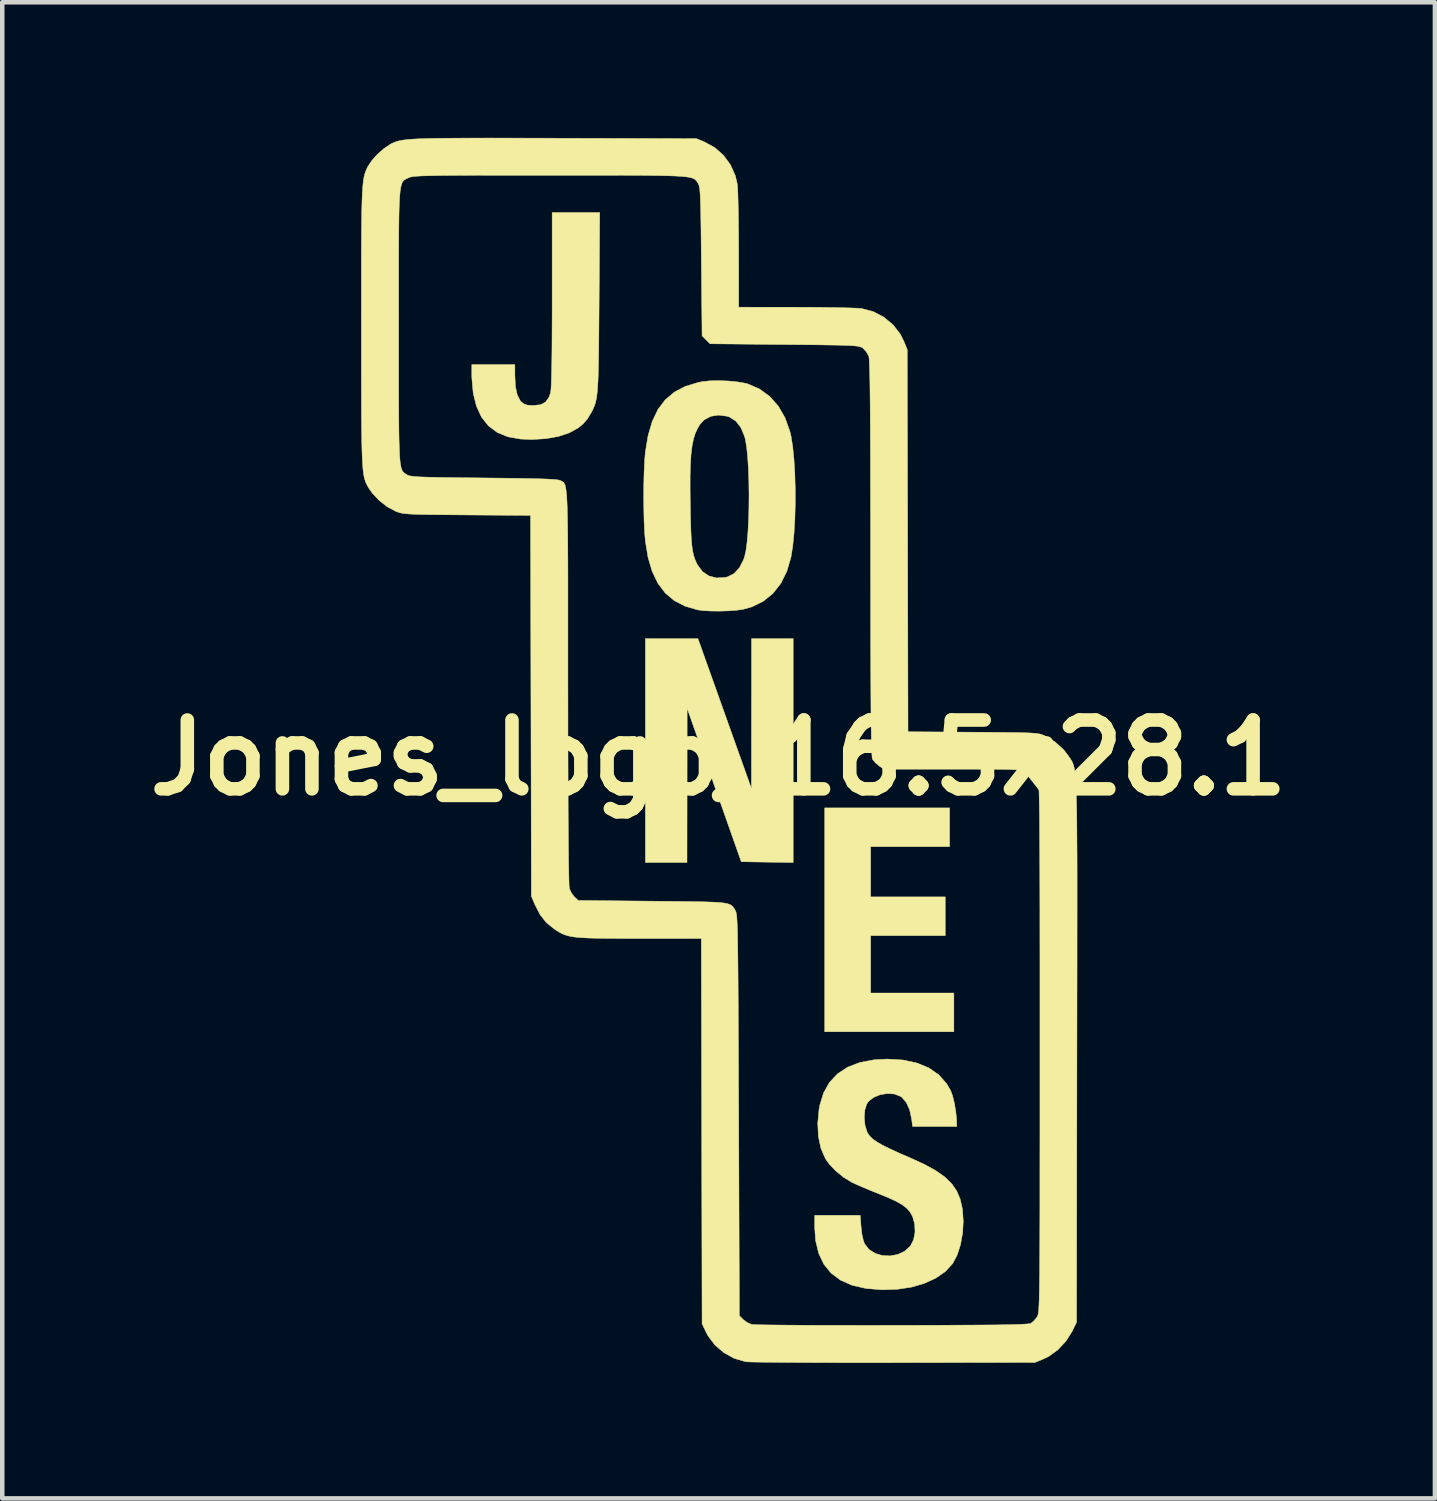
<source format=kicad_pcb>
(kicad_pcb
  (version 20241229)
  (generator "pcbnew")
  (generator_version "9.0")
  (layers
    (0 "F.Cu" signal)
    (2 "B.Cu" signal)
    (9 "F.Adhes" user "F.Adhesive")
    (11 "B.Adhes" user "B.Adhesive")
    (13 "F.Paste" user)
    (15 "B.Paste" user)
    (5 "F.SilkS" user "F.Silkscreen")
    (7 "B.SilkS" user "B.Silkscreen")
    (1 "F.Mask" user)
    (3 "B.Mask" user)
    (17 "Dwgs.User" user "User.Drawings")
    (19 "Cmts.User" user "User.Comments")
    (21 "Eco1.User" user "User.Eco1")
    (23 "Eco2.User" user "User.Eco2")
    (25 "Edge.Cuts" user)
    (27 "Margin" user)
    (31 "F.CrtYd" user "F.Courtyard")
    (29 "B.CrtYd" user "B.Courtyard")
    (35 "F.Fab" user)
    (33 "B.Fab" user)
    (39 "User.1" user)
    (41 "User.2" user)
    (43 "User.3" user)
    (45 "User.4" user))
  (footprint "Jones_logo_16.5x28.1"
    (layer "F.Cu")
    (at 12.852 13.718)
    (property "Reference" "Jones_logo_16.5x28.1" (at 0 0 0) (layer "F.SilkS") (effects (font (size 1.524 1.524) (thickness 0.3))))
    (attr through_hole)
    (fp_poly (pts (xy 5.112 1.968) (xy 3.365 1.968) (xy 3.365 3.08) (xy 5.016 3.08) (xy 5.016 3.937) (xy 3.365 3.937) (xy 3.365 5.207) (xy 5.207 5.207) (xy 5.207 6.064) (xy 2.349 6.064) (xy 2.349 1.111) (xy 5.112 1.111) (xy 5.112 1.968)) (stroke (width 0.01) (type solid)) (fill yes) (layer "F.SilkS"))
    (fp_poly (pts (xy 0.135 -0.976) (xy 0.727 0.683) (xy 0.729 -0.976) (xy 0.73 -2.635) (xy 1.651 -2.635) (xy 1.651 2.319) (xy 1.076 2.311) (xy 0.502 2.302) (xy -0.696 -1.095) (xy -0.697 0.611) (xy -0.699 2.318) (xy -1.619 2.318) (xy -1.619 -2.635) (xy -0.457 -2.635) (xy 0.135 -0.976)) (stroke (width 0.01) (type solid)) (fill yes) (layer "F.SilkS"))
    (fp_poly (pts (xy -2.644 -10.089) (xy -2.647 -9.666) (xy -2.65 -9.302) (xy -2.653 -8.991) (xy -2.657 -8.729) (xy -2.662 -8.509) (xy -2.669 -8.328) (xy -2.678 -8.179) (xy -2.689 -8.058) (xy -2.702 -7.96) (xy -2.719 -7.88) (xy -2.738 -7.812) (xy -2.762 -7.751) (xy -2.789 -7.693) (xy -2.819 -7.636) (xy -2.907 -7.492) (xy -3.004 -7.382) (xy -3.111 -7.296) (xy -3.305 -7.189) (xy -3.546 -7.109) (xy -3.824 -7.06) (xy -4.129 -7.042) (xy -4.384 -7.052) (xy -4.661 -7.101) (xy -4.897 -7.197) (xy -5.092 -7.343) (xy -5.246 -7.536) (xy -5.358 -7.778) (xy -5.43 -8.068) (xy -5.46 -8.406) (xy -5.461 -8.485) (xy -5.461 -8.7) (xy -4.508 -8.7) (xy -4.508 -8.46) (xy -4.496 -8.219) (xy -4.457 -8.035) (xy -4.393 -7.906) (xy -4.36 -7.869) (xy -4.299 -7.824) (xy -4.223 -7.801) (xy -4.11 -7.795) (xy -4.096 -7.795) (xy -3.94 -7.812) (xy -3.829 -7.87) (xy -3.754 -7.974) (xy -3.718 -8.081) (xy -3.709 -8.148) (xy -3.702 -8.276) (xy -3.696 -8.465) (xy -3.691 -8.715) (xy -3.687 -9.028) (xy -3.685 -9.403) (xy -3.683 -9.841) (xy -3.683 -10.142) (xy -3.683 -12.065) (xy -2.631 -12.065) (xy -2.644 -10.089)) (stroke (width 0.01) (type solid)) (fill yes) (layer "F.SilkS"))
    (fp_poly (pts (xy 0.223 -8.336) (xy 0.425 -8.316) (xy 0.595 -8.286) (xy 0.648 -8.272) (xy 0.907 -8.159) (xy 1.132 -7.995) (xy 1.321 -7.782) (xy 1.47 -7.524) (xy 1.577 -7.225) (xy 1.603 -7.117) (xy 1.64 -6.886) (xy 1.668 -6.607) (xy 1.687 -6.292) (xy 1.697 -5.956) (xy 1.697 -5.614) (xy 1.688 -5.278) (xy 1.669 -4.962) (xy 1.641 -4.681) (xy 1.604 -4.448) (xy 1.603 -4.44) (xy 1.511 -4.126) (xy 1.377 -3.857) (xy 1.203 -3.635) (xy 0.989 -3.462) (xy 0.738 -3.339) (xy 0.549 -3.285) (xy 0.405 -3.264) (xy 0.222 -3.25) (xy 0.022 -3.244) (xy -0.176 -3.246) (xy -0.349 -3.256) (xy -0.46 -3.271) (xy -0.74 -3.352) (xy -0.98 -3.476) (xy -1.18 -3.644) (xy -1.343 -3.86) (xy -1.47 -4.124) (xy -1.562 -4.439) (xy -1.621 -4.799) (xy -1.636 -4.986) (xy -1.648 -5.22) (xy -1.654 -5.486) (xy -1.657 -5.768) (xy -1.656 -5.899) (xy -0.63 -5.899) (xy -0.626 -5.595) (xy -0.621 -5.299) (xy -0.614 -5.059) (xy -0.605 -4.865) (xy -0.592 -4.71) (xy -0.576 -4.586) (xy -0.554 -4.484) (xy -0.526 -4.396) (xy -0.491 -4.315) (xy -0.468 -4.27) (xy -0.358 -4.12) (xy -0.214 -4.022) (xy -0.043 -3.978) (xy 0.149 -3.99) (xy 0.198 -4.002) (xy 0.342 -4.074) (xy 0.461 -4.203) (xy 0.554 -4.385) (xy 0.575 -4.445) (xy 0.606 -4.583) (xy 0.631 -4.773) (xy 0.651 -5.004) (xy 0.665 -5.266) (xy 0.672 -5.548) (xy 0.674 -5.838) (xy 0.67 -6.126) (xy 0.66 -6.401) (xy 0.644 -6.652) (xy 0.622 -6.868) (xy 0.594 -7.039) (xy 0.575 -7.112) (xy 0.492 -7.309) (xy 0.382 -7.45) (xy 0.244 -7.538) (xy 0.188 -7.557) (xy -0.000449 -7.582) (xy -0.172 -7.555) (xy -0.317 -7.478) (xy -0.409 -7.381) (xy -0.469 -7.281) (xy -0.519 -7.17) (xy -0.558 -7.041) (xy -0.588 -6.888) (xy -0.61 -6.704) (xy -0.623 -6.483) (xy -0.63 -6.216) (xy -0.63 -5.899) (xy -1.656 -5.899) (xy -1.655 -6.051) (xy -1.648 -6.32) (xy -1.637 -6.557) (xy -1.622 -6.748) (xy -1.621 -6.76) (xy -1.56 -7.128) (xy -1.468 -7.442) (xy -1.342 -7.706) (xy -1.179 -7.922) (xy -0.978 -8.091) (xy -0.736 -8.218) (xy -0.452 -8.304) (xy -0.361 -8.322) (xy -0.192 -8.34) (xy 0.009 -8.344) (xy 0.223 -8.336)) (stroke (width 0.01) (type solid)) (fill yes) (layer "F.SilkS"))
    (fp_poly (pts (xy 4.083 6.69) (xy 4.39 6.756) (xy 4.654 6.865) (xy 4.874 7.018) (xy 5.047 7.214) (xy 5.137 7.368) (xy 5.179 7.484) (xy 5.217 7.64) (xy 5.247 7.815) (xy 5.266 7.987) (xy 5.27 8.072) (xy 5.271 8.16) (xy 4.294 8.16) (xy 4.272 7.993) (xy 4.228 7.791) (xy 4.155 7.629) (xy 4.057 7.516) (xy 4.026 7.494) (xy 3.89 7.442) (xy 3.734 7.432) (xy 3.575 7.458) (xy 3.431 7.517) (xy 3.32 7.605) (xy 3.279 7.663) (xy 3.237 7.797) (xy 3.224 7.961) (xy 3.24 8.13) (xy 3.285 8.278) (xy 3.301 8.31) (xy 3.345 8.373) (xy 3.409 8.436) (xy 3.499 8.5) (xy 3.621 8.571) (xy 3.784 8.652) (xy 3.992 8.748) (xy 4.249 8.859) (xy 4.556 9) (xy 4.806 9.137) (xy 5.004 9.276) (xy 5.156 9.424) (xy 5.268 9.584) (xy 5.345 9.764) (xy 5.392 9.967) (xy 5.397 9.999) (xy 5.415 10.258) (xy 5.4 10.522) (xy 5.354 10.776) (xy 5.281 11.004) (xy 5.184 11.188) (xy 5.182 11.192) (xy 5.022 11.368) (xy 4.811 11.515) (xy 4.558 11.632) (xy 4.271 11.716) (xy 3.955 11.764) (xy 3.62 11.775) (xy 3.273 11.746) (xy 3.256 11.744) (xy 2.954 11.675) (xy 2.699 11.562) (xy 2.491 11.407) (xy 2.329 11.208) (xy 2.215 10.967) (xy 2.147 10.684) (xy 2.127 10.39) (xy 2.127 10.128) (xy 3.134 10.128) (xy 3.154 10.387) (xy 3.173 10.547) (xy 3.204 10.683) (xy 3.233 10.76) (xy 3.329 10.883) (xy 3.464 10.969) (xy 3.623 11.016) (xy 3.794 11.025) (xy 3.963 10.994) (xy 4.116 10.923) (xy 4.24 10.811) (xy 4.247 10.803) (xy 4.316 10.666) (xy 4.348 10.497) (xy 4.34 10.319) (xy 4.293 10.152) (xy 4.292 10.151) (xy 4.238 10.054) (xy 4.162 9.968) (xy 4.055 9.887) (xy 3.909 9.806) (xy 3.716 9.719) (xy 3.55 9.652) (xy 3.379 9.584) (xy 3.21 9.513) (xy 3.062 9.449) (xy 2.954 9.398) (xy 2.946 9.395) (xy 2.766 9.285) (xy 2.594 9.145) (xy 2.449 8.993) (xy 2.365 8.875) (xy 2.266 8.648) (xy 2.209 8.382) (xy 2.195 8.088) (xy 2.224 7.778) (xy 2.24 7.69) (xy 2.324 7.416) (xy 2.455 7.184) (xy 2.633 6.995) (xy 2.857 6.848) (xy 3.127 6.744) (xy 3.441 6.685) (xy 3.733 6.669) (xy 4.083 6.69)) (stroke (width 0.01) (type solid)) (fill yes) (layer "F.SilkS"))
    (fp_poly (pts (xy -4.668 -13.712) (xy -4.196 -13.711) (xy -3.665 -13.71) (xy -3.604 -13.709) (xy -0.492 -13.7) (xy -0.31 -13.626) (xy -0.084 -13.502) (xy 0.11 -13.33) (xy 0.264 -13.119) (xy 0.371 -12.88) (xy 0.414 -12.696) (xy 0.421 -12.619) (xy 0.427 -12.487) (xy 0.432 -12.308) (xy 0.437 -12.09) (xy 0.44 -11.842) (xy 0.443 -11.572) (xy 0.444 -11.288) (xy 0.444 -11.232) (xy 0.445 -9.97) (xy 1.707 -9.969) (xy 1.993 -9.968) (xy 2.266 -9.966) (xy 2.519 -9.962) (xy 2.744 -9.958) (xy 2.931 -9.953) (xy 3.073 -9.947) (xy 3.161 -9.94) (xy 3.171 -9.939) (xy 3.423 -9.872) (xy 3.655 -9.751) (xy 3.856 -9.585) (xy 4.017 -9.382) (xy 4.101 -9.215) (xy 4.175 -9.033) (xy 4.184 -4.803) (xy 4.192 -0.574) (xy 5.628 -0.565) (xy 5.968 -0.563) (xy 6.25 -0.56) (xy 6.48 -0.558) (xy 6.666 -0.555) (xy 6.812 -0.551) (xy 6.924 -0.546) (xy 7.01 -0.539) (xy 7.074 -0.531) (xy 7.124 -0.521) (xy 7.164 -0.508) (xy 7.202 -0.492) (xy 7.221 -0.484) (xy 7.447 -0.349) (xy 7.639 -0.174) (xy 7.742 -0.04) (xy 7.765 -0.005) (xy 7.787 0.026) (xy 7.806 0.056) (xy 7.824 0.088) (xy 7.84 0.124) (xy 7.855 0.166) (xy 7.868 0.219) (xy 7.879 0.284) (xy 7.89 0.363) (xy 7.899 0.461) (xy 7.906 0.58) (xy 7.913 0.721) (xy 7.918 0.889) (xy 7.923 1.086) (xy 7.927 1.314) (xy 7.929 1.576) (xy 7.931 1.875) (xy 7.933 2.213) (xy 7.934 2.594) (xy 7.934 3.021) (xy 7.934 3.494) (xy 7.933 4.019) (xy 7.933 4.597) (xy 7.932 5.23) (xy 7.931 5.923) (xy 7.93 6.496) (xy 7.922 12.495) (xy 7.818 12.706) (xy 7.684 12.917) (xy 7.508 13.103) (xy 7.306 13.249) (xy 7.183 13.309) (xy 7.001 13.383) (xy 3.873 13.387) (xy 3.43 13.388) (xy 3.002 13.388) (xy 2.595 13.387) (xy 2.212 13.386) (xy 1.859 13.385) (xy 1.54 13.383) (xy 1.259 13.38) (xy 1.022 13.378) (xy 0.832 13.375) (xy 0.694 13.372) (xy 0.613 13.368) (xy 0.596 13.366) (xy 0.346 13.293) (xy 0.116 13.166) (xy -0.082 12.996) (xy -0.237 12.789) (xy -0.28 12.706) (xy -0.365 12.525) (xy -0.382 4) (xy -1.757 4) (xy -2.113 4) (xy -2.413 3.999) (xy -2.662 3.996) (xy -2.866 3.991) (xy -3.032 3.983) (xy -3.165 3.971) (xy -3.274 3.955) (xy -3.362 3.933) (xy -3.438 3.906) (xy -3.507 3.872) (xy -3.575 3.831) (xy -3.635 3.792) (xy -3.812 3.648) (xy -3.951 3.472) (xy -4.062 3.256) (xy -4.143 3.064) (xy -4.161 -5.362) (xy -5.565 -5.372) (xy -5.901 -5.375) (xy -6.179 -5.377) (xy -6.406 -5.38) (xy -6.589 -5.384) (xy -6.733 -5.388) (xy -6.845 -5.393) (xy -6.93 -5.4) (xy -6.996 -5.409) (xy -7.049 -5.42) (xy -7.094 -5.434) (xy -7.138 -5.45) (xy -7.15 -5.455) (xy -7.332 -5.553) (xy -7.51 -5.692) (xy -7.662 -5.853) (xy -7.737 -5.96) (xy -7.764 -6.006) (xy -7.788 -6.051) (xy -7.809 -6.097) (xy -7.827 -6.149) (xy -7.843 -6.21) (xy -7.857 -6.285) (xy -7.868 -6.377) (xy -7.877 -6.491) (xy -7.885 -6.63) (xy -7.891 -6.798) (xy -7.896 -6.999) (xy -7.899 -7.238) (xy -7.902 -7.517) (xy -7.904 -7.841) (xy -7.904 -8.214) (xy -7.905 -8.639) (xy -7.905 -9.121) (xy -7.905 -9.531) (xy -7.905 -10.058) (xy -7.905 -10.229) (xy -7.08 -10.229) (xy -7.08 -9.731) (xy -7.08 -9.548) (xy -7.08 -9.03) (xy -7.08 -8.572) (xy -7.08 -8.169) (xy -7.079 -7.819) (xy -7.077 -7.517) (xy -7.075 -7.26) (xy -7.071 -7.043) (xy -7.066 -6.863) (xy -7.06 -6.717) (xy -7.052 -6.599) (xy -7.042 -6.508) (xy -7.029 -6.438) (xy -7.015 -6.386) (xy -6.997 -6.348) (xy -6.978 -6.321) (xy -6.955 -6.3) (xy -6.928 -6.282) (xy -6.902 -6.265) (xy -6.878 -6.252) (xy -6.847 -6.241) (xy -6.804 -6.232) (xy -6.741 -6.224) (xy -6.656 -6.217) (xy -6.541 -6.212) (xy -6.392 -6.207) (xy -6.203 -6.203) (xy -5.969 -6.2) (xy -5.684 -6.196) (xy -5.344 -6.193) (xy -5.193 -6.191) (xy -4.806 -6.187) (xy -4.478 -6.183) (xy -4.206 -6.178) (xy -3.985 -6.173) (xy -3.81 -6.167) (xy -3.679 -6.16) (xy -3.586 -6.152) (xy -3.527 -6.143) (xy -3.501 -6.135) (xy -3.478 -6.122) (xy -3.457 -6.111) (xy -3.438 -6.099) (xy -3.421 -6.081) (xy -3.406 -6.055) (xy -3.393 -6.017) (xy -3.382 -5.965) (xy -3.372 -5.896) (xy -3.363 -5.806) (xy -3.356 -5.692) (xy -3.35 -5.551) (xy -3.346 -5.38) (xy -3.342 -5.176) (xy -3.339 -4.935) (xy -3.337 -4.655) (xy -3.335 -4.332) (xy -3.334 -3.963) (xy -3.334 -3.545) (xy -3.334 -3.075) (xy -3.334 -2.55) (xy -3.334 -1.967) (xy -3.334 -1.565) (xy -3.333 -0.898) (xy -3.333 -0.28) (xy -3.331 0.287) (xy -3.33 0.801) (xy -3.328 1.263) (xy -3.325 1.669) (xy -3.322 2.02) (xy -3.319 2.314) (xy -3.315 2.549) (xy -3.311 2.724) (xy -3.307 2.838) (xy -3.302 2.891) (xy -3.302 2.892) (xy -3.257 2.993) (xy -3.191 3.08) (xy -3.188 3.082) (xy -3.106 3.159) (xy -1.466 3.175) (xy -1.092 3.179) (xy -0.776 3.182) (xy -0.514 3.186) (xy -0.298 3.19) (xy -0.126 3.196) (xy 0.01 3.204) (xy 0.114 3.215) (xy 0.191 3.229) (xy 0.247 3.247) (xy 0.287 3.269) (xy 0.316 3.296) (xy 0.339 3.329) (xy 0.363 3.368) (xy 0.369 3.379) (xy 0.378 3.394) (xy 0.385 3.414) (xy 0.392 3.442) (xy 0.398 3.481) (xy 0.403 3.534) (xy 0.408 3.603) (xy 0.413 3.694) (xy 0.417 3.807) (xy 0.42 3.948) (xy 0.423 4.118) (xy 0.426 4.321) (xy 0.428 4.561) (xy 0.431 4.84) (xy 0.433 5.161) (xy 0.435 5.528) (xy 0.437 5.944) (xy 0.439 6.412) (xy 0.441 6.935) (xy 0.443 7.516) (xy 0.445 7.913) (xy 0.46 12.349) (xy 0.544 12.433) (xy 0.632 12.498) (xy 0.731 12.541) (xy 0.734 12.542) (xy 0.781 12.545) (xy 0.886 12.549) (xy 1.046 12.552) (xy 1.256 12.554) (xy 1.511 12.557) (xy 1.806 12.559) (xy 2.138 12.561) (xy 2.501 12.562) (xy 2.891 12.562) (xy 3.302 12.563) (xy 3.732 12.562) (xy 3.842 12.562) (xy 4.364 12.561) (xy 4.826 12.56) (xy 5.231 12.558) (xy 5.584 12.556) (xy 5.886 12.554) (xy 6.141 12.552) (xy 6.354 12.548) (xy 6.527 12.545) (xy 6.663 12.54) (xy 6.767 12.535) (xy 6.841 12.53) (xy 6.889 12.523) (xy 6.914 12.516) (xy 6.915 12.515) (xy 6.982 12.459) (xy 7.046 12.38) (xy 7.05 12.373) (xy 7.058 12.359) (xy 7.065 12.343) (xy 7.071 12.321) (xy 7.077 12.29) (xy 7.082 12.248) (xy 7.086 12.193) (xy 7.09 12.121) (xy 7.094 12.029) (xy 7.097 11.915) (xy 7.1 11.776) (xy 7.102 11.61) (xy 7.105 11.413) (xy 7.106 11.183) (xy 7.108 10.918) (xy 7.109 10.613) (xy 7.11 10.267) (xy 7.111 9.878) (xy 7.111 9.441) (xy 7.111 8.954) (xy 7.112 8.415) (xy 7.112 7.822) (xy 7.112 7.17) (xy 7.112 6.457) (xy 7.112 6.418) (xy 7.112 5.697) (xy 7.112 5.037) (xy 7.112 4.435) (xy 7.111 3.889) (xy 7.111 3.395) (xy 7.11 2.951) (xy 7.109 2.554) (xy 7.108 2.202) (xy 7.106 1.892) (xy 7.105 1.621) (xy 7.103 1.387) (xy 7.101 1.187) (xy 7.098 1.017) (xy 7.095 0.876) (xy 7.092 0.761) (xy 7.088 0.669) (xy 7.084 0.597) (xy 7.079 0.543) (xy 7.074 0.504) (xy 7.068 0.477) (xy 7.062 0.46) (xy 7.04 0.415) (xy 7.017 0.378) (xy 6.987 0.346) (xy 6.946 0.321) (xy 6.888 0.301) (xy 6.807 0.285) (xy 6.699 0.273) (xy 6.558 0.265) (xy 6.379 0.259) (xy 6.157 0.256) (xy 5.887 0.255) (xy 5.563 0.254) (xy 5.231 0.254) (xy 3.661 0.254) (xy 3.553 0.182) (xy 3.473 0.115) (xy 3.413 0.043) (xy 3.406 0.031) (xy 3.4 0.007) (xy 3.395 -0.043) (xy 3.39 -0.121) (xy 3.386 -0.23) (xy 3.382 -0.373) (xy 3.379 -0.552) (xy 3.376 -0.77) (xy 3.373 -1.029) (xy 3.371 -1.333) (xy 3.369 -1.683) (xy 3.368 -2.084) (xy 3.366 -2.536) (xy 3.365 -3.043) (xy 3.365 -3.608) (xy 3.364 -4.232) (xy 3.364 -4.413) (xy 3.364 -5.068) (xy 3.363 -5.661) (xy 3.362 -6.196) (xy 3.361 -6.674) (xy 3.359 -7.098) (xy 3.357 -7.471) (xy 3.355 -7.794) (xy 3.352 -8.071) (xy 3.349 -8.302) (xy 3.345 -8.492) (xy 3.341 -8.642) (xy 3.337 -8.755) (xy 3.332 -8.832) (xy 3.326 -8.877) (xy 3.324 -8.887) (xy 3.271 -8.982) (xy 3.197 -9.061) (xy 3.197 -9.062) (xy 3.175 -9.076) (xy 3.15 -9.089) (xy 3.116 -9.099) (xy 3.068 -9.108) (xy 3.001 -9.115) (xy 2.909 -9.121) (xy 2.786 -9.126) (xy 2.627 -9.13) (xy 2.428 -9.133) (xy 2.182 -9.137) (xy 1.885 -9.14) (xy 1.53 -9.143) (xy 1.459 -9.144) (xy -0.189 -9.16) (xy -0.277 -9.248) (xy -0.365 -9.336) (xy -0.381 -10.98) (xy -0.385 -11.347) (xy -0.388 -11.656) (xy -0.392 -11.912) (xy -0.395 -12.12) (xy -0.4 -12.287) (xy -0.405 -12.417) (xy -0.411 -12.515) (xy -0.418 -12.587) (xy -0.426 -12.639) (xy -0.436 -12.675) (xy -0.448 -12.701) (xy -0.455 -12.712) (xy -0.474 -12.741) (xy -0.492 -12.767) (xy -0.513 -12.79) (xy -0.541 -12.809) (xy -0.58 -12.826) (xy -0.633 -12.841) (xy -0.705 -12.853) (xy -0.799 -12.863) (xy -0.919 -12.871) (xy -1.068 -12.877) (xy -1.251 -12.882) (xy -1.471 -12.885) (xy -1.733 -12.888) (xy -2.039 -12.889) (xy -2.394 -12.89) (xy -2.801 -12.89) (xy -3.265 -12.89) (xy -3.738 -12.89) (xy -4.244 -12.89) (xy -4.691 -12.89) (xy -5.082 -12.89) (xy -5.422 -12.889) (xy -5.713 -12.888) (xy -5.96 -12.886) (xy -6.168 -12.884) (xy -6.338 -12.881) (xy -6.477 -12.878) (xy -6.587 -12.874) (xy -6.672 -12.869) (xy -6.737 -12.864) (xy -6.784 -12.857) (xy -6.819 -12.85) (xy -6.845 -12.841) (xy -6.858 -12.835) (xy -6.894 -12.818) (xy -6.926 -12.803) (xy -6.955 -12.785) (xy -6.979 -12.762) (xy -7 -12.73) (xy -7.018 -12.684) (xy -7.033 -12.622) (xy -7.046 -12.538) (xy -7.056 -12.43) (xy -7.064 -12.294) (xy -7.07 -12.125) (xy -7.074 -11.921) (xy -7.077 -11.677) (xy -7.079 -11.389) (xy -7.08 -11.055) (xy -7.08 -10.669) (xy -7.08 -10.229) (xy -7.905 -10.229) (xy -7.905 -10.526) (xy -7.905 -10.937) (xy -7.904 -11.297) (xy -7.902 -11.61) (xy -7.899 -11.878) (xy -7.896 -12.107) (xy -7.891 -12.299) (xy -7.885 -12.46) (xy -7.877 -12.593) (xy -7.868 -12.701) (xy -7.857 -12.789) (xy -7.844 -12.861) (xy -7.829 -12.921) (xy -7.812 -12.972) (xy -7.792 -13.019) (xy -7.77 -13.066) (xy -7.762 -13.082) (xy -7.675 -13.213) (xy -7.551 -13.352) (xy -7.407 -13.479) (xy -7.265 -13.575) (xy -7.248 -13.584) (xy -7.204 -13.606) (xy -7.158 -13.625) (xy -7.107 -13.642) (xy -7.046 -13.656) (xy -6.973 -13.669) (xy -6.882 -13.68) (xy -6.771 -13.689) (xy -6.634 -13.696) (xy -6.47 -13.702) (xy -6.273 -13.706) (xy -6.039 -13.709) (xy -5.766 -13.711) (xy -5.449 -13.712) (xy -5.084 -13.713) (xy -4.668 -13.712)) (stroke (width 0.01) (type solid)) (fill yes) (layer "F.SilkS")))
  (gr_rect
    (start -3 -3)
    (end 28.705 30.11)
    (stroke (width 0.1) (type default))
    (fill no)
    (layer "Edge.Cuts")))
</source>
